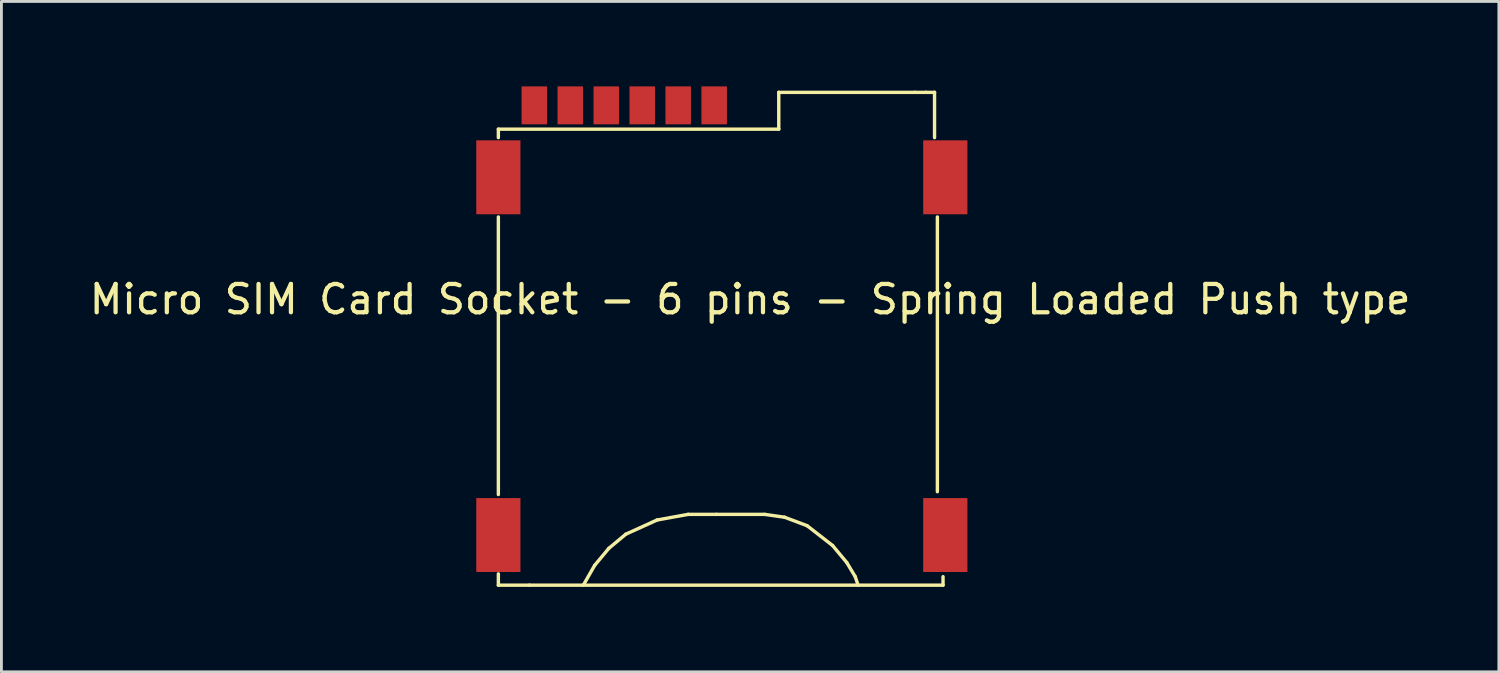
<source format=kicad_pcb>
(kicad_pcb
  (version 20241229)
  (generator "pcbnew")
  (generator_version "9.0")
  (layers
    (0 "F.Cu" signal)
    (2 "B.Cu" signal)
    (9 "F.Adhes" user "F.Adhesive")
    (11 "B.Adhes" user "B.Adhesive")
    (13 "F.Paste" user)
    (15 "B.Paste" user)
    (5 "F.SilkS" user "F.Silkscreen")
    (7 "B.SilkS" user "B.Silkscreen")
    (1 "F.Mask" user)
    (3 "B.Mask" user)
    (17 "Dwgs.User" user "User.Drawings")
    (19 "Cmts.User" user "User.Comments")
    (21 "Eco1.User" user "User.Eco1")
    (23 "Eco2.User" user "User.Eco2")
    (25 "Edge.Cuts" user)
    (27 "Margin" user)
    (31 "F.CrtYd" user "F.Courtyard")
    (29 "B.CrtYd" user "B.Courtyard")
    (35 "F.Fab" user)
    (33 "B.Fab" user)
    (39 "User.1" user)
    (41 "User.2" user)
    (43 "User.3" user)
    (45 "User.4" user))
  (footprint "Micro SIM Card Socket - 6 pins - Spring Loaded Push type"
    (layer "F.Cu")
    (at 14.545 3.21)
    (property "Reference" "Micro SIM Card Socket - 6 pins - Spring Loaded Push type" (at 8.89 4.31 0) (layer "F.SilkS") (effects (font (size 1 1) (thickness 0.15))))
    (attr through_hole)
    (fp_line (start 0 -1.7) (end 9.9 -1.7) (stroke (width 0.12) (type solid)) (layer "F.SilkS"))
    (fp_line (start 0 -1.4) (end 0 -1.7) (stroke (width 0.12) (type solid)) (layer "F.SilkS"))
    (fp_line (start 0 1.4) (end 0 11.2) (stroke (width 0.12) (type solid)) (layer "F.SilkS"))
    (fp_line (start 0 14) (end 0 14.4) (stroke (width 0.12) (type solid)) (layer "F.SilkS"))
    (fp_line (start 0 14.4) (end 1.1 14.4) (stroke (width 0.12) (type solid)) (layer "F.SilkS"))
    (fp_line (start 1.1 14.4) (end 15.7 14.4) (stroke (width 0.12) (type solid)) (layer "F.SilkS"))
    (fp_line (start 3 14.4) (end 3.4 13.7) (stroke (width 0.12) (type solid)) (layer "F.SilkS"))
    (fp_line (start 3.4 13.7) (end 3.9 13.1) (stroke (width 0.12) (type solid)) (layer "F.SilkS"))
    (fp_line (start 3.9 13.1) (end 4.5 12.6) (stroke (width 0.12) (type solid)) (layer "F.SilkS"))
    (fp_line (start 4.5 12.6) (end 5.6 12.1) (stroke (width 0.12) (type solid)) (layer "F.SilkS"))
    (fp_line (start 5.6 12.1) (end 6.7 11.9) (stroke (width 0.12) (type solid)) (layer "F.SilkS"))
    (fp_line (start 6.7 11.9) (end 7.7 11.9) (stroke (width 0.12) (type solid)) (layer "F.SilkS"))
    (fp_line (start 7.7 11.9) (end 9.4 11.9) (stroke (width 0.12) (type solid)) (layer "F.SilkS"))
    (fp_line (start 9.4 11.9) (end 10.1 12) (stroke (width 0.12) (type solid)) (layer "F.SilkS"))
    (fp_line (start 9.9 -3) (end 14.7 -3) (stroke (width 0.12) (type solid)) (layer "F.SilkS"))
    (fp_line (start 9.9 -1.7) (end 9.9 -3) (stroke (width 0.12) (type solid)) (layer "F.SilkS"))
    (fp_line (start 10.1 12) (end 10.9 12.3) (stroke (width 0.12) (type solid)) (layer "F.SilkS"))
    (fp_line (start 10.9 12.3) (end 11.8 13) (stroke (width 0.12) (type solid)) (layer "F.SilkS"))
    (fp_line (start 11.8 13) (end 12.3 13.6) (stroke (width 0.12) (type solid)) (layer "F.SilkS"))
    (fp_line (start 12.3 13.6) (end 12.6 14.1) (stroke (width 0.12) (type solid)) (layer "F.SilkS"))
    (fp_line (start 12.6 14.1) (end 12.7 14.4) (stroke (width 0.12) (type solid)) (layer "F.SilkS"))
    (fp_line (start 14.7 -3) (end 15.1 -3) (stroke (width 0.12) (type solid)) (layer "F.SilkS"))
    (fp_line (start 15.1 -3) (end 15.4 -3) (stroke (width 0.12) (type solid)) (layer "F.SilkS"))
    (fp_line (start 15.4 -3) (end 15.4 -1.4) (stroke (width 0.12) (type solid)) (layer "F.SilkS"))
    (fp_line (start 15.5 1.4) (end 15.5 11.1) (stroke (width 0.12) (type solid)) (layer "F.SilkS"))
    (fp_line (start 15.7 14.4) (end 15.7 14.1) (stroke (width 0.12) (type solid)) (layer "F.SilkS"))
    (pad "1" smd rect (at 1.27 -2.54) (size 0.9 1.34) (layers "F.Cu" "F.Mask" "F.Paste"))
    (pad "2" smd rect (at 2.54 -2.54) (size 0.9 1.34) (layers "F.Cu" "F.Mask" "F.Paste"))
    (pad "3" smd rect (at 3.81 -2.54) (size 0.9 1.34) (layers "F.Cu" "F.Mask" "F.Paste"))
    (pad "4" smd rect (at 5.08 -2.54) (size 0.9 1.34) (layers "F.Cu" "F.Mask" "F.Paste"))
    (pad "5" smd rect (at 6.35 -2.54) (size 0.9 1.34) (layers "F.Cu" "F.Mask" "F.Paste"))
    (pad "6" smd rect (at 7.62 -2.54) (size 0.9 1.34) (layers "F.Cu" "F.Mask" "F.Paste"))
    (pad "7" smd rect (at 15.78 0) (size 1.56 2.61) (layers "F.Cu" "F.Mask" "F.Paste"))
    (pad "8" smd rect (at 15.78 12.63) (size 1.56 2.61) (layers "F.Cu" "F.Mask" "F.Paste"))
    (pad "9" smd rect (at 0 12.63) (size 1.56 2.61) (layers "F.Cu" "F.Mask" "F.Paste"))
    (pad "10" smd rect (at 0 0) (size 1.56 2.61) (layers "F.Cu" "F.Mask" "F.Paste")))
  (gr_rect
    (start -3 -3)
    (end 49.869 20.67)
    (stroke (width 0.1) (type default))
    (fill no)
    (layer "Edge.Cuts")))
</source>
